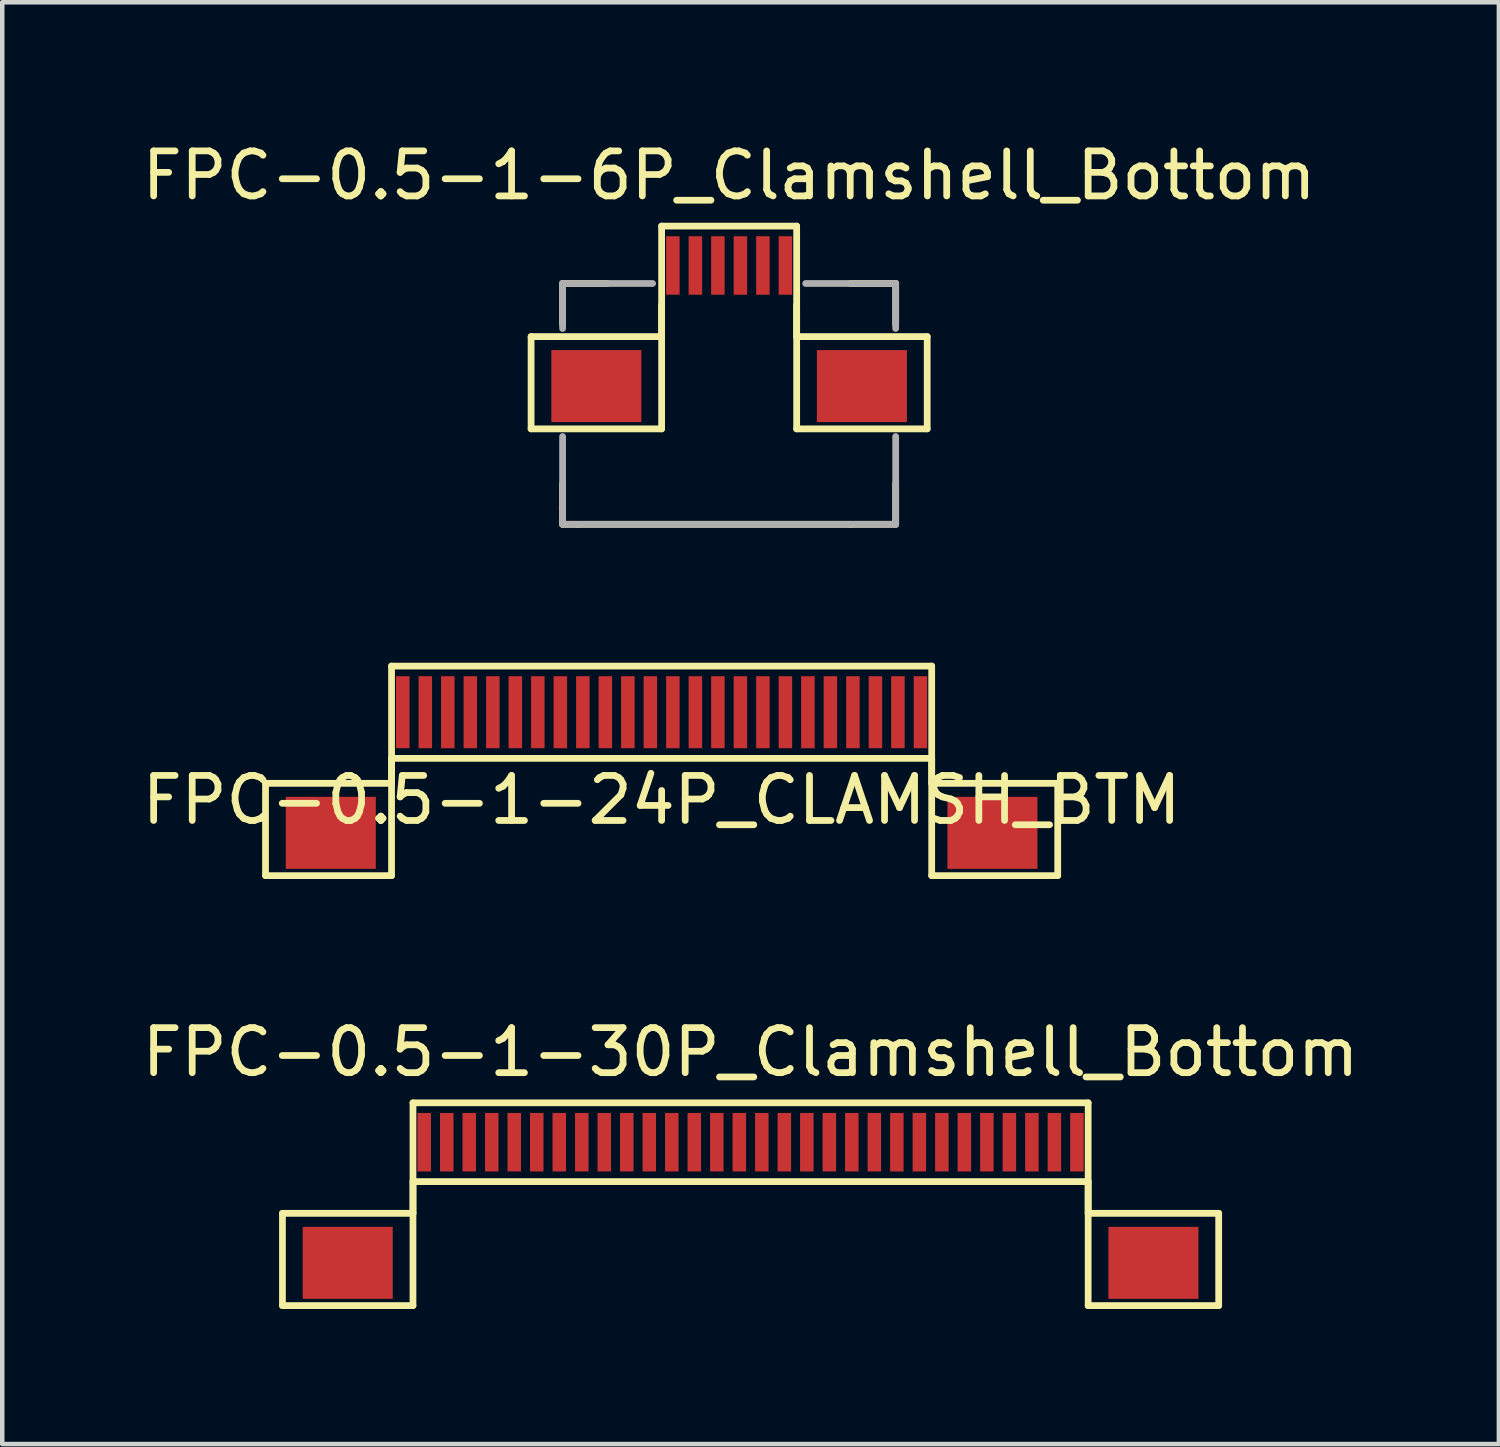
<source format=kicad_pcb>
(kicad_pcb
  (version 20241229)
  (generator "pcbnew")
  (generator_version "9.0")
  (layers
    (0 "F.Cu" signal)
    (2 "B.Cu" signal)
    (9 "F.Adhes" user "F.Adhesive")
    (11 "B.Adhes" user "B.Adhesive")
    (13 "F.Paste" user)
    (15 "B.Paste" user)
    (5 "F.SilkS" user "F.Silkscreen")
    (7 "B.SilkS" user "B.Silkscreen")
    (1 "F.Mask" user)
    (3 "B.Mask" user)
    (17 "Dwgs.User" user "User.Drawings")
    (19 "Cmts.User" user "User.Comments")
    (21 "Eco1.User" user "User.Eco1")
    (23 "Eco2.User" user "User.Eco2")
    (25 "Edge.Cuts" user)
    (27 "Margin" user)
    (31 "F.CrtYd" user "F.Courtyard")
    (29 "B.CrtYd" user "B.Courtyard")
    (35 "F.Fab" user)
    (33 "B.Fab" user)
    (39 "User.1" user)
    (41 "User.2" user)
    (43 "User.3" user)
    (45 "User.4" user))
  (footprint "FPC-0.5-1-30P_Clamshell_Bottom"
    (layer "F.Cu")
    (at 13.625 22.326)
    (property "Reference" "FPC-0.5-1-30P_Clamshell_Bottom" (at 0 -2 0) (layer "F.SilkS") (effects (font (size 1 1) (thickness 0.15))))
    (attr smd)
    (fp_line (start -10.4 1.58) (end -7.5 1.58) (stroke (width 0.15) (type solid)) (layer "F.SilkS"))
    (fp_line (start -10.4 3.63) (end -10.4 1.58) (stroke (width 0.15) (type solid)) (layer "F.SilkS"))
    (fp_line (start -7.5 -0.875) (end 7.5 -0.875) (stroke (width 0.15) (type solid)) (layer "F.SilkS"))
    (fp_line (start -7.5 0.875) (end -7.5 3.63) (stroke (width 0.15) (type solid)) (layer "F.SilkS"))
    (fp_line (start -7.5 0.875) (end 7.5 0.875) (stroke (width 0.15) (type solid)) (layer "F.SilkS"))
    (fp_line (start -7.5 1.58) (end -7.5 -0.875) (stroke (width 0.15) (type solid)) (layer "F.SilkS"))
    (fp_line (start -7.5 3.63) (end -10.4 3.63) (stroke (width 0.15) (type solid)) (layer "F.SilkS"))
    (fp_line (start 7.5 0.875) (end 7.5 3.63) (stroke (width 0.15) (type solid)) (layer "F.SilkS"))
    (fp_line (start 7.5 1.58) (end 7.5 -0.875) (stroke (width 0.15) (type solid)) (layer "F.SilkS"))
    (fp_line (start 7.5 3.63) (end 10.4 3.63) (stroke (width 0.15) (type solid)) (layer "F.SilkS"))
    (fp_line (start 10.4 1.58) (end 7.5 1.58) (stroke (width 0.15) (type solid)) (layer "F.SilkS"))
    (fp_line (start 10.4 3.63) (end 10.4 1.58) (stroke (width 0.15) (type solid)) (layer "F.SilkS"))
    (pad "1" smd rect (at -7.25 0) (size 0.3 1.3) (layers "F.Cu" "F.Mask" "F.Paste"))
    (pad "2" smd rect (at -6.75 0) (size 0.3 1.3) (layers "F.Cu" "F.Mask" "F.Paste"))
    (pad "3" smd rect (at -6.25 0) (size 0.3 1.3) (layers "F.Cu" "F.Mask" "F.Paste"))
    (pad "4" smd rect (at -5.75 0) (size 0.3 1.3) (layers "F.Cu" "F.Mask" "F.Paste"))
    (pad "5" smd rect (at -5.25 0) (size 0.3 1.3) (layers "F.Cu" "F.Mask" "F.Paste"))
    (pad "6" smd rect (at -4.75 0) (size 0.3 1.3) (layers "F.Cu" "F.Mask" "F.Paste"))
    (pad "7" smd rect (at -4.25 0) (size 0.3 1.3) (layers "F.Cu" "F.Mask" "F.Paste"))
    (pad "8" smd rect (at -3.75 0) (size 0.3 1.3) (layers "F.Cu" "F.Mask" "F.Paste"))
    (pad "9" smd rect (at -3.25 0) (size 0.3 1.3) (layers "F.Cu" "F.Mask" "F.Paste"))
    (pad "10" smd rect (at -2.75 0) (size 0.3 1.3) (layers "F.Cu" "F.Mask" "F.Paste"))
    (pad "11" smd rect (at -2.25 0) (size 0.3 1.3) (layers "F.Cu" "F.Mask" "F.Paste"))
    (pad "12" smd rect (at -1.75 0) (size 0.3 1.3) (layers "F.Cu" "F.Mask" "F.Paste"))
    (pad "13" smd rect (at -1.25 0) (size 0.3 1.3) (layers "F.Cu" "F.Mask" "F.Paste"))
    (pad "14" smd rect (at -0.75 0) (size 0.3 1.3) (layers "F.Cu" "F.Mask" "F.Paste"))
    (pad "15" smd rect (at -0.25 0) (size 0.3 1.3) (layers "F.Cu" "F.Mask" "F.Paste"))
    (pad "16" smd rect (at 0.25 0) (size 0.3 1.3) (layers "F.Cu" "F.Mask" "F.Paste"))
    (pad "17" smd rect (at 0.75 0) (size 0.3 1.3) (layers "F.Cu" "F.Mask" "F.Paste"))
    (pad "18" smd rect (at 1.25 0) (size 0.3 1.3) (layers "F.Cu" "F.Mask" "F.Paste"))
    (pad "19" smd rect (at 1.75 0) (size 0.3 1.3) (layers "F.Cu" "F.Mask" "F.Paste"))
    (pad "20" smd rect (at 2.25 0) (size 0.3 1.3) (layers "F.Cu" "F.Mask" "F.Paste"))
    (pad "21" smd rect (at 2.75 0) (size 0.3 1.3) (layers "F.Cu" "F.Mask" "F.Paste"))
    (pad "22" smd rect (at 3.25 0) (size 0.3 1.3) (layers "F.Cu" "F.Mask" "F.Paste"))
    (pad "23" smd rect (at 3.75 0) (size 0.3 1.3) (layers "F.Cu" "F.Mask" "F.Paste"))
    (pad "24" smd rect (at 4.25 0) (size 0.3 1.3) (layers "F.Cu" "F.Mask" "F.Paste"))
    (pad "25" smd rect (at 4.75 0) (size 0.3 1.3) (layers "F.Cu" "F.Mask" "F.Paste"))
    (pad "26" smd rect (at 5.25 0) (size 0.3 1.3) (layers "F.Cu" "F.Mask" "F.Paste"))
    (pad "27" smd rect (at 5.75 0) (size 0.3 1.3) (layers "F.Cu" "F.Mask" "F.Paste"))
    (pad "28" smd rect (at 6.25 0) (size 0.3 1.3) (layers "F.Cu" "F.Mask" "F.Paste"))
    (pad "29" smd rect (at 6.75 0) (size 0.3 1.3) (layers "F.Cu" "F.Mask" "F.Paste"))
    (pad "30" smd rect (at 7.25 0) (size 0.3 1.3) (layers "F.Cu" "F.Mask" "F.Paste"))
    (pad "SH" smd rect (at -8.95 2.68) (size 2 1.6) (layers "F.Cu" "F.Mask" "F.Paste"))
    (pad "SH" smd rect (at 8.95 2.68) (size 2 1.6) (layers "F.Cu" "F.Mask" "F.Paste")))
  (footprint "FPC-0.5-1-6P_Clamshell_Bottom"
    (layer "F.Cu")
    (at 13.149 2.848)
    (property "Reference" "FPC-0.5-1-6P_Clamshell_Bottom" (at 0 -2 0) (layer "F.SilkS") (effects (font (size 1 1) (thickness 0.15))))
    (attr smd)
    (fp_line (start -4.4 1.58) (end -1.5 1.58) (stroke (width 0.15) (type solid)) (layer "F.SilkS"))
    (fp_line (start -4.4 3.63) (end -4.4 1.58) (stroke (width 0.15) (type solid)) (layer "F.SilkS"))
    (fp_line (start -3.7 0.4) (end -3.7 1.3) (stroke (width 0.15) (type solid)) (layer "F.SilkS"))
    (fp_line (start -3.7 0.4) (end -2.7 0.4) (stroke (width 0.15) (type solid)) (layer "F.SilkS"))
    (fp_line (start -3.7 4.85) (end -3.7 5.4) (stroke (width 0.15) (type solid)) (layer "F.SilkS"))
    (fp_line (start -3.7 5.4) (end -3.7 5.75) (stroke (width 0.15) (type solid)) (layer "F.SilkS"))
    (fp_line (start -3.7 5.75) (end -3.35 5.75) (stroke (width 0.15) (type solid)) (layer "F.SilkS"))
    (fp_line (start -3.35 5.75) (end 2.7 5.75) (stroke (width 0.15) (type solid)) (layer "F.SilkS"))
    (fp_line (start -1.5 -0.875) (end 1.5 -0.875) (stroke (width 0.15) (type solid)) (layer "F.SilkS"))
    (fp_line (start -1.5 0.875) (end -1.5 3.63) (stroke (width 0.15) (type solid)) (layer "F.SilkS"))
    (fp_line (start -1.5 1.58) (end -1.5 -0.875) (stroke (width 0.15) (type solid)) (layer "F.SilkS"))
    (fp_line (start -1.5 3.63) (end -4.4 3.63) (stroke (width 0.15) (type solid)) (layer "F.SilkS"))
    (fp_line (start 1.5 0.875) (end 1.5 3.63) (stroke (width 0.15) (type solid)) (layer "F.SilkS"))
    (fp_line (start 1.5 1.58) (end 1.5 -0.875) (stroke (width 0.15) (type solid)) (layer "F.SilkS"))
    (fp_line (start 1.5 3.63) (end 4.4 3.63) (stroke (width 0.15) (type solid)) (layer "F.SilkS"))
    (fp_line (start 2.7 0.4) (end 3.7 0.4) (stroke (width 0.15) (type solid)) (layer "F.SilkS"))
    (fp_line (start 2.7 5.75) (end 3.7 5.75) (stroke (width 0.15) (type solid)) (layer "F.SilkS"))
    (fp_line (start 3.7 0.4) (end 3.7 1.3) (stroke (width 0.15) (type solid)) (layer "F.SilkS"))
    (fp_line (start 3.7 4.85) (end 3.7 5.75) (stroke (width 0.15) (type solid)) (layer "F.SilkS"))
    (fp_line (start 4.4 1.58) (end 1.5 1.58) (stroke (width 0.15) (type solid)) (layer "F.SilkS"))
    (fp_line (start 4.4 3.63) (end 4.4 1.58) (stroke (width 0.15) (type solid)) (layer "F.SilkS"))
    (fp_line (start -3.7 0.4) (end -3.7 1.4) (stroke (width 0.15) (type solid)) (layer "F.Fab"))
    (fp_line (start -3.7 0.4) (end -1.7 0.4) (stroke (width 0.15) (type solid)) (layer "F.Fab"))
    (fp_line (start -3.7 3.8) (end -3.7 5.75) (stroke (width 0.15) (type solid)) (layer "F.Fab"))
    (fp_line (start -3.7 5.75) (end 3.7 5.75) (stroke (width 0.15) (type solid)) (layer "F.Fab"))
    (fp_line (start 1.7 0.4) (end 3.7 0.4) (stroke (width 0.15) (type solid)) (layer "F.Fab"))
    (fp_line (start 3.7 0.4) (end 3.7 1.4) (stroke (width 0.15) (type solid)) (layer "F.Fab"))
    (fp_line (start 3.7 3.8) (end 3.7 5.75) (stroke (width 0.15) (type solid)) (layer "F.Fab"))
    (pad "1" smd rect (at -1.25 0) (size 0.3 1.3) (layers "F.Cu" "F.Mask" "F.Paste"))
    (pad "2" smd rect (at -0.75 0) (size 0.3 1.3) (layers "F.Cu" "F.Mask" "F.Paste"))
    (pad "3" smd rect (at -0.25 0) (size 0.3 1.3) (layers "F.Cu" "F.Mask" "F.Paste"))
    (pad "4" smd rect (at 0.25 0) (size 0.3 1.3) (layers "F.Cu" "F.Mask" "F.Paste"))
    (pad "5" smd rect (at 0.75 0) (size 0.3 1.3) (layers "F.Cu" "F.Mask" "F.Paste"))
    (pad "6" smd rect (at 1.25 0) (size 0.3 1.3) (layers "F.Cu" "F.Mask" "F.Paste"))
    (pad "SH" smd rect (at -2.95 2.68) (size 2 1.6) (layers "F.Cu" "F.Mask" "F.Paste"))
    (pad "SH" smd rect (at 2.95 2.68) (size 2 1.6) (layers "F.Cu" "F.Mask" "F.Paste")))
  (footprint "FPC-0.5-1-24P_CLAMSH_BTM"
    (layer "F.Cu")
    (at 11.649 12.773)
    (property "Reference" "FPC-0.5-1-24P_CLAMSH_BTM" (at 0 1.95 0) (layer "F.SilkS") (effects (font (size 1 1) (thickness 0.15))))
    (attr smd)
    (fp_line (start -8.8 1.58) (end -6 1.58) (stroke (width 0.15) (type solid)) (layer "F.SilkS"))
    (fp_line (start -8.8 3.63) (end -8.8 1.58) (stroke (width 0.15) (type solid)) (layer "F.SilkS"))
    (fp_line (start -6 -1.025) (end 6 -1.025) (stroke (width 0.15) (type solid)) (layer "F.SilkS"))
    (fp_line (start -6 1.025) (end -6 3.63) (stroke (width 0.15) (type solid)) (layer "F.SilkS"))
    (fp_line (start -6 1.025) (end 6 1.025) (stroke (width 0.15) (type solid)) (layer "F.SilkS"))
    (fp_line (start -6 1.58) (end -6 -1.025) (stroke (width 0.15) (type solid)) (layer "F.SilkS"))
    (fp_line (start -6 3.63) (end -8.8 3.63) (stroke (width 0.15) (type solid)) (layer "F.SilkS"))
    (fp_line (start 6 1.025) (end 6 3.63) (stroke (width 0.15) (type solid)) (layer "F.SilkS"))
    (fp_line (start 6 1.58) (end 6 -1.025) (stroke (width 0.15) (type solid)) (layer "F.SilkS"))
    (fp_line (start 6 3.63) (end 8.8 3.63) (stroke (width 0.15) (type solid)) (layer "F.SilkS"))
    (fp_line (start 8.8 1.58) (end 6 1.58) (stroke (width 0.15) (type solid)) (layer "F.SilkS"))
    (fp_line (start 8.8 3.63) (end 8.8 1.58) (stroke (width 0.15) (type solid)) (layer "F.SilkS"))
    (pad "1" smd rect (at -5.75 0) (size 0.3 1.6) (layers "F.Cu" "F.Mask" "F.Paste"))
    (pad "2" smd rect (at -5.25 0) (size 0.3 1.6) (layers "F.Cu" "F.Mask" "F.Paste"))
    (pad "3" smd rect (at -4.75 0) (size 0.3 1.6) (layers "F.Cu" "F.Mask" "F.Paste"))
    (pad "4" smd rect (at -4.25 0) (size 0.3 1.6) (layers "F.Cu" "F.Mask" "F.Paste"))
    (pad "5" smd rect (at -3.75 0) (size 0.3 1.6) (layers "F.Cu" "F.Mask" "F.Paste"))
    (pad "6" smd rect (at -3.25 0) (size 0.3 1.6) (layers "F.Cu" "F.Mask" "F.Paste"))
    (pad "7" smd rect (at -2.75 0) (size 0.3 1.6) (layers "F.Cu" "F.Mask" "F.Paste"))
    (pad "8" smd rect (at -2.25 0) (size 0.3 1.6) (layers "F.Cu" "F.Mask" "F.Paste"))
    (pad "9" smd rect (at -1.75 0) (size 0.3 1.6) (layers "F.Cu" "F.Mask" "F.Paste"))
    (pad "10" smd rect (at -1.25 0) (size 0.3 1.6) (layers "F.Cu" "F.Mask" "F.Paste"))
    (pad "11" smd rect (at -0.75 0) (size 0.3 1.6) (layers "F.Cu" "F.Mask" "F.Paste"))
    (pad "12" smd rect (at -0.25 0) (size 0.3 1.6) (layers "F.Cu" "F.Mask" "F.Paste"))
    (pad "13" smd rect (at 0.25 0) (size 0.3 1.6) (layers "F.Cu" "F.Mask" "F.Paste"))
    (pad "14" smd rect (at 0.75 0) (size 0.3 1.6) (layers "F.Cu" "F.Mask" "F.Paste"))
    (pad "15" smd rect (at 1.25 0) (size 0.3 1.6) (layers "F.Cu" "F.Mask" "F.Paste"))
    (pad "16" smd rect (at 1.75 0) (size 0.3 1.6) (layers "F.Cu" "F.Mask" "F.Paste"))
    (pad "17" smd rect (at 2.25 0) (size 0.3 1.6) (layers "F.Cu" "F.Mask" "F.Paste"))
    (pad "18" smd rect (at 2.75 0) (size 0.3 1.6) (layers "F.Cu" "F.Mask" "F.Paste"))
    (pad "19" smd rect (at 3.25 0) (size 0.3 1.6) (layers "F.Cu" "F.Mask" "F.Paste"))
    (pad "20" smd rect (at 3.75 0) (size 0.3 1.6) (layers "F.Cu" "F.Mask" "F.Paste"))
    (pad "21" smd rect (at 4.25 0) (size 0.3 1.6) (layers "F.Cu" "F.Mask" "F.Paste"))
    (pad "22" smd rect (at 4.75 0) (size 0.3 1.6) (layers "F.Cu" "F.Mask" "F.Paste"))
    (pad "23" smd rect (at 5.25 0) (size 0.3 1.6) (layers "F.Cu" "F.Mask" "F.Paste"))
    (pad "24" smd rect (at 5.75 0) (size 0.3 1.6) (layers "F.Cu" "F.Mask" "F.Paste"))
    (pad "SH" smd rect (at -7.35 2.68) (size 2 1.6) (layers "F.Cu" "F.Mask" "F.Paste"))
    (pad "SH" smd rect (at 7.35 2.68) (size 2 1.6) (layers "F.Cu" "F.Mask" "F.Paste")))
  (gr_rect
    (start -3 -3)
    (end 30.25 29.032)
    (stroke (width 0.1) (type default))
    (fill no)
    (layer "Edge.Cuts")))
</source>
